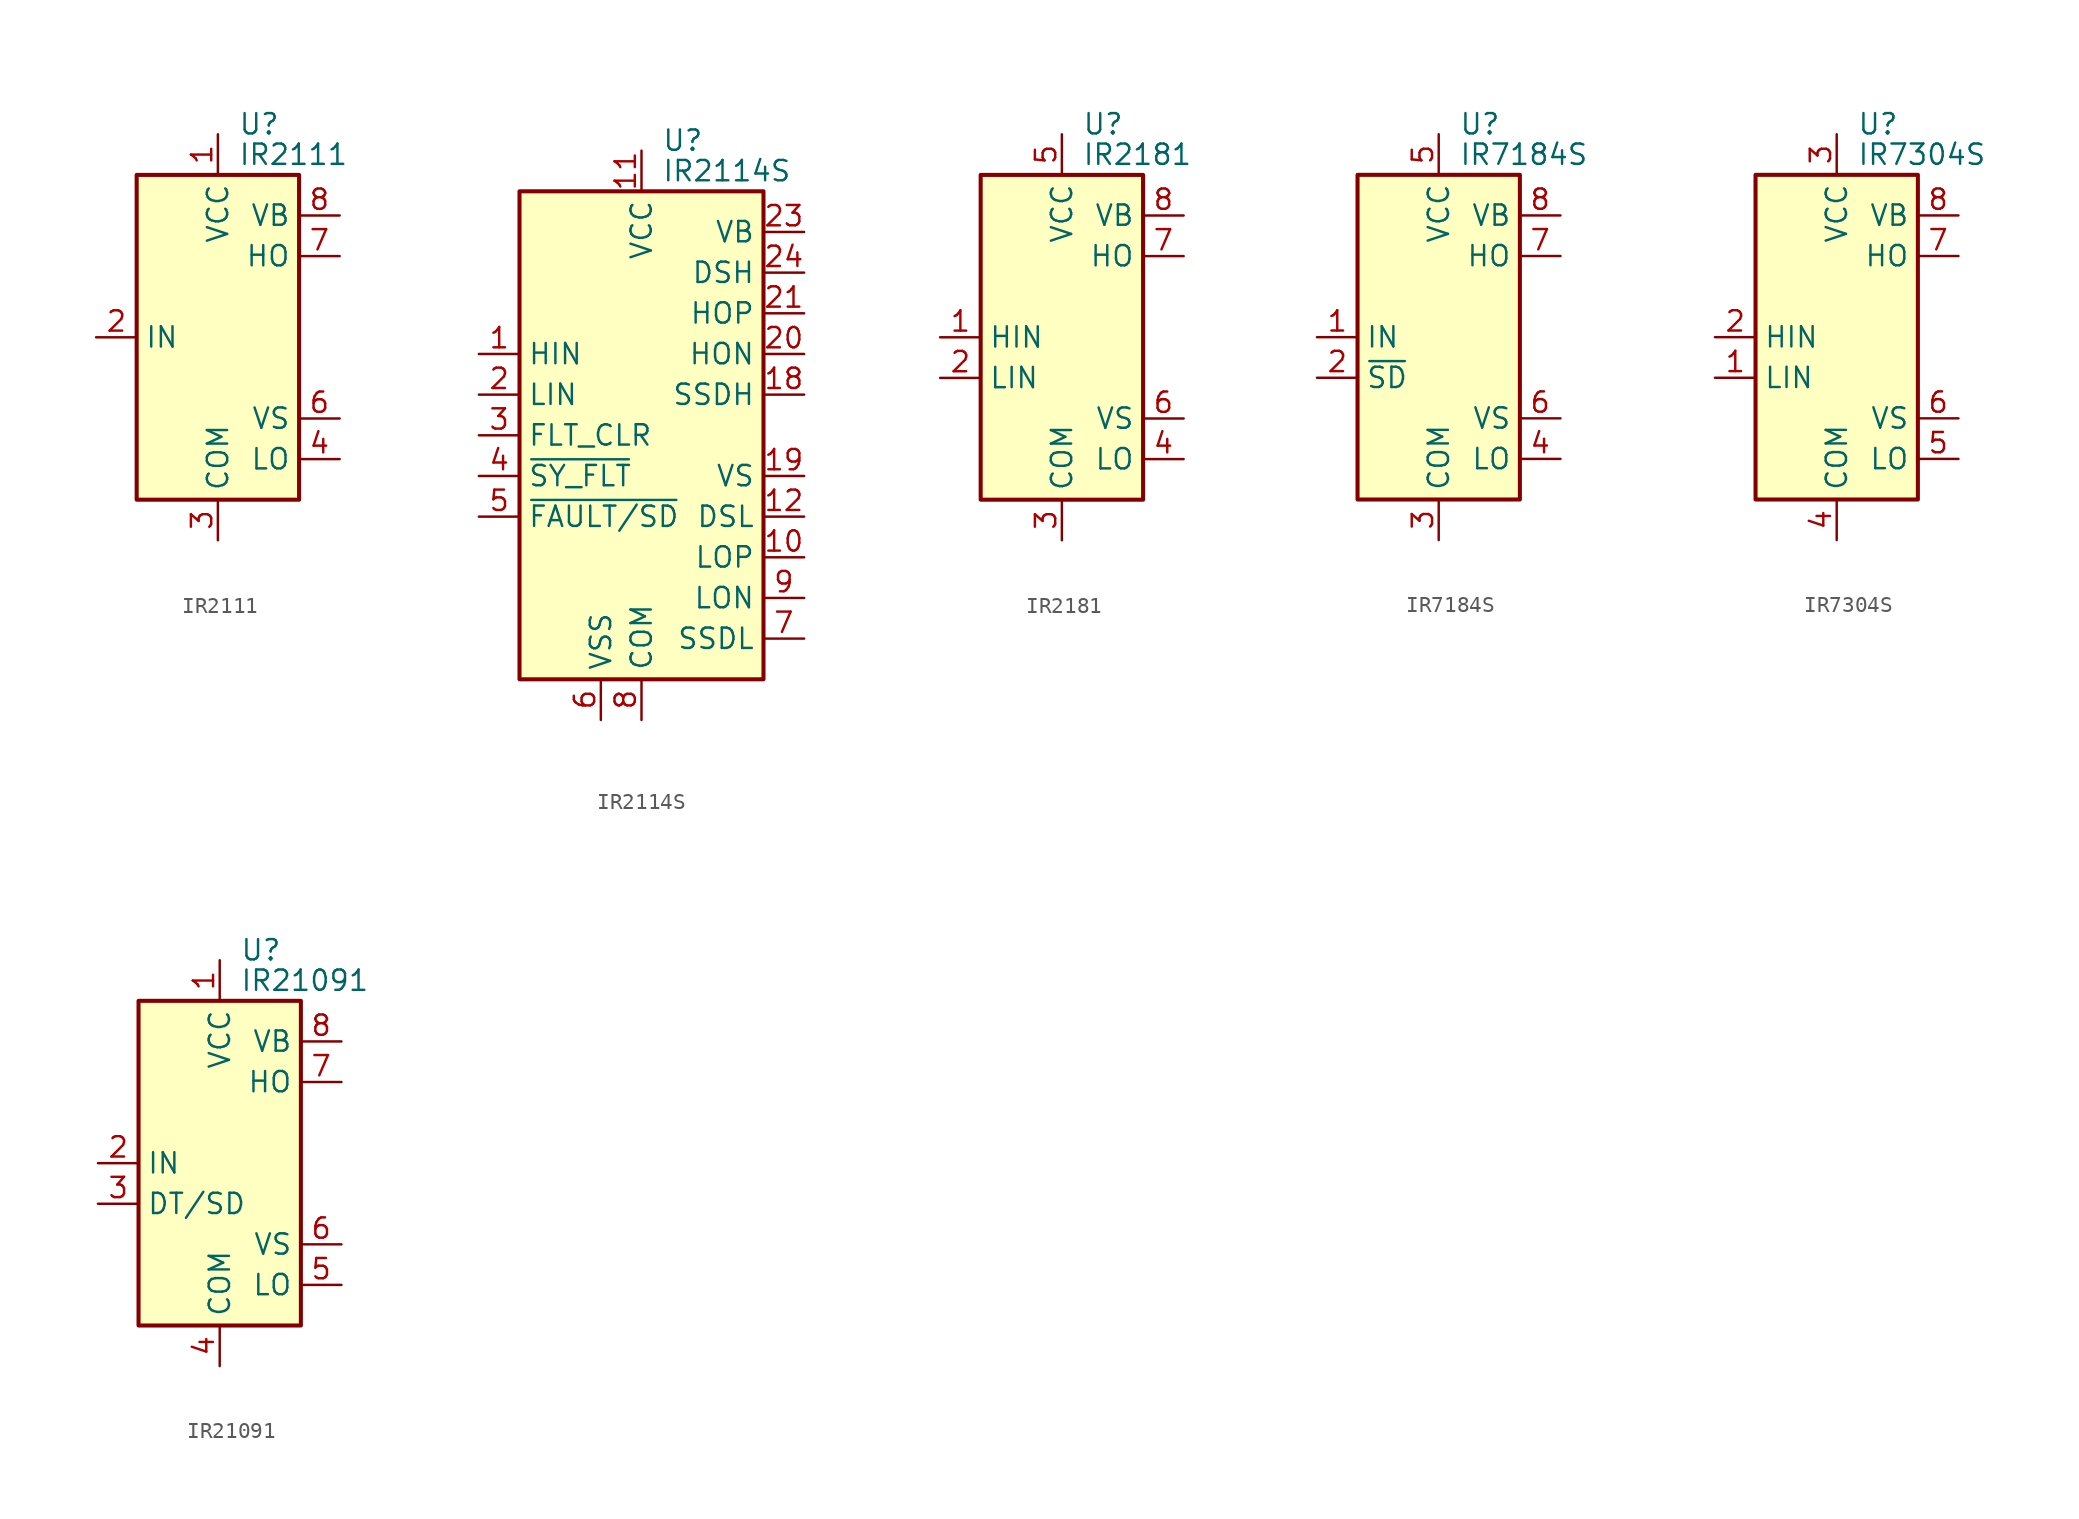
<source format=kicad_sym>
(kicad_symbol_lib
  (version 20220914)
  (generator kicad_symbol_editor)
  (symbol "IR2111"
    (property "Reference" "U"
      (at 1.27 13.335 0)
      (effects (font (size 1.27 1.27)) (justify left)))
    (property "Value" "IR2111"
      (at 1.27 11.43 0)
      (effects (font (size 1.27 1.27)) (justify left)))
    (symbol "IR2111_0_1"
      (rectangle (start -5.08 -10.16) (end 5.08 10.16) (stroke (width 0.254) (type default)) (fill (type background))))
    (symbol "IR2111_1_1"
      (pin power_in line (at 0 12.7 270) (length 2.54) (name "VCC" (effects (font (size 1.27 1.27)))) (number "1" (effects (font (size 1.27 1.27)))))
      (pin input line (at -7.62 0 0) (length 2.54) (name "IN" (effects (font (size 1.27 1.27)))) (number "2" (effects (font (size 1.27 1.27)))))
      (pin power_in line (at 0 -12.7 90) (length 2.54) (name "COM" (effects (font (size 1.27 1.27)))) (number "3" (effects (font (size 1.27 1.27)))))
      (pin output line (at 7.62 -7.62 180) (length 2.54) (name "LO" (effects (font (size 1.27 1.27)))) (number "4" (effects (font (size 1.27 1.27)))))
      (pin no_connect line (at -5.08 7.62 0) (length 2.54) hide (name "NC" (effects (font (size 1.27 1.27)))) (number "5" (effects (font (size 1.27 1.27)))))
      (pin passive line (at 7.62 -5.08 180) (length 2.54) (name "VS" (effects (font (size 1.27 1.27)))) (number "6" (effects (font (size 1.27 1.27)))))
      (pin output line (at 7.62 5.08 180) (length 2.54) (name "HO" (effects (font (size 1.27 1.27)))) (number "7" (effects (font (size 1.27 1.27)))))
      (pin passive line (at 7.62 7.62 180) (length 2.54) (name "VB" (effects (font (size 1.27 1.27)))) (number "8" (effects (font (size 1.27 1.27)))))))
  (symbol "IR2114S"
    (property "Reference" "U"
      (at 1.27 18.415 0)
      (effects (font (size 1.27 1.27)) (justify left)))
    (property "Value" "IR2114S"
      (at 1.27 16.51 0)
      (effects (font (size 1.27 1.27)) (justify left)))
    (symbol "IR2114S_0_1"
      (rectangle (start -7.62 -15.24) (end 7.62 15.24) (stroke (width 0.254) (type default)) (fill (type background))))
    (symbol "IR2114S_1_1"
      (pin input line (at -10.16 5.08 0) (length 2.54) (name "HIN" (effects (font (size 1.27 1.27)))) (number "1" (effects (font (size 1.27 1.27)))))
      (pin output line (at 10.16 -7.62 180) (length 2.54) (name "LOP" (effects (font (size 1.27 1.27)))) (number "10" (effects (font (size 1.27 1.27)))))
      (pin power_in line (at 0 17.78 270) (length 2.54) (name "VCC" (effects (font (size 1.27 1.27)))) (number "11" (effects (font (size 1.27 1.27)))))
      (pin input line (at 10.16 -5.08 180) (length 2.54) (name "DSL" (effects (font (size 1.27 1.27)))) (number "12" (effects (font (size 1.27 1.27)))))
      (pin no_connect line (at -7.62 12.7 0) (length 2.54) hide (name "NC" (effects (font (size 1.27 1.27)))) (number "13" (effects (font (size 1.27 1.27)))))
      (pin no_connect line (at -7.62 10.16 0) (length 2.54) hide (name "NC" (effects (font (size 1.27 1.27)))) (number "14" (effects (font (size 1.27 1.27)))))
      (pin no_connect line (at -7.62 7.62 0) (length 2.54) hide (name "NC" (effects (font (size 1.27 1.27)))) (number "15" (effects (font (size 1.27 1.27)))))
      (pin no_connect line (at -7.62 -7.62 0) (length 2.54) hide (name "NC" (effects (font (size 1.27 1.27)))) (number "16" (effects (font (size 1.27 1.27)))))
      (pin no_connect line (at -7.62 -10.16 0) (length 2.54) hide (name "NC" (effects (font (size 1.27 1.27)))) (number "17" (effects (font (size 1.27 1.27)))))
      (pin input line (at 10.16 2.54 180) (length 2.54) (name "SSDH" (effects (font (size 1.27 1.27)))) (number "18" (effects (font (size 1.27 1.27)))))
      (pin passive line (at 10.16 -2.54 180) (length 2.54) (name "VS" (effects (font (size 1.27 1.27)))) (number "19" (effects (font (size 1.27 1.27)))))
      (pin input line (at -10.16 2.54 0) (length 2.54) (name "LIN" (effects (font (size 1.27 1.27)))) (number "2" (effects (font (size 1.27 1.27)))))
      (pin output line (at 10.16 5.08 180) (length 2.54) (name "HON" (effects (font (size 1.27 1.27)))) (number "20" (effects (font (size 1.27 1.27)))))
      (pin output line (at 10.16 7.62 180) (length 2.54) (name "HOP" (effects (font (size 1.27 1.27)))) (number "21" (effects (font (size 1.27 1.27)))))
      (pin no_connect line (at -7.62 -12.7 0) (length 2.54) hide (name "NC" (effects (font (size 1.27 1.27)))) (number "22" (effects (font (size 1.27 1.27)))))
      (pin passive line (at 10.16 12.7 180) (length 2.54) (name "VB" (effects (font (size 1.27 1.27)))) (number "23" (effects (font (size 1.27 1.27)))))
      (pin input line (at 10.16 10.16 180) (length 2.54) (name "DSH" (effects (font (size 1.27 1.27)))) (number "24" (effects (font (size 1.27 1.27)))))
      (pin input line (at -10.16 0 0) (length 2.54) (name "FLT_CLR" (effects (font (size 1.27 1.27)))) (number "3" (effects (font (size 1.27 1.27)))))
      (pin bidirectional line (at -10.16 -2.54 0) (length 2.54) (name "~{SY_FLT}" (effects (font (size 1.27 1.27)))) (number "4" (effects (font (size 1.27 1.27)))))
      (pin bidirectional line (at -10.16 -5.08 0) (length 2.54) (name "~{FAULT/SD}" (effects (font (size 1.27 1.27)))) (number "5" (effects (font (size 1.27 1.27)))))
      (pin power_in line (at -2.54 -17.78 90) (length 2.54) (name "VSS" (effects (font (size 1.27 1.27)))) (number "6" (effects (font (size 1.27 1.27)))))
      (pin input line (at 10.16 -12.7 180) (length 2.54) (name "SSDL" (effects (font (size 1.27 1.27)))) (number "7" (effects (font (size 1.27 1.27)))))
      (pin power_in line (at 0 -17.78 90) (length 2.54) (name "COM" (effects (font (size 1.27 1.27)))) (number "8" (effects (font (size 1.27 1.27)))))
      (pin output line (at 10.16 -10.16 180) (length 2.54) (name "LON" (effects (font (size 1.27 1.27)))) (number "9" (effects (font (size 1.27 1.27)))))))
  (symbol "IR2181"
    (property "Reference" "U"
      (at 1.27 13.335 0)
      (effects (font (size 1.27 1.27)) (justify left)))
    (property "Value" "IR2181"
      (at 1.27 11.43 0)
      (effects (font (size 1.27 1.27)) (justify left)))
    (symbol "IR2181_0_1"
      (rectangle (start -5.08 -10.16) (end 5.08 10.16) (stroke (width 0.254) (type default)) (fill (type background))))
    (symbol "IR2181_1_1"
      (pin input line (at -7.62 0 0) (length 2.54) (name "HIN" (effects (font (size 1.27 1.27)))) (number "1" (effects (font (size 1.27 1.27)))))
      (pin input line (at -7.62 -2.54 0) (length 2.54) (name "LIN" (effects (font (size 1.27 1.27)))) (number "2" (effects (font (size 1.27 1.27)))))
      (pin power_in line (at 0 -12.7 90) (length 2.54) (name "COM" (effects (font (size 1.27 1.27)))) (number "3" (effects (font (size 1.27 1.27)))))
      (pin output line (at 7.62 -7.62 180) (length 2.54) (name "LO" (effects (font (size 1.27 1.27)))) (number "4" (effects (font (size 1.27 1.27)))))
      (pin power_in line (at 0 12.7 270) (length 2.54) (name "VCC" (effects (font (size 1.27 1.27)))) (number "5" (effects (font (size 1.27 1.27)))))
      (pin passive line (at 7.62 -5.08 180) (length 2.54) (name "VS" (effects (font (size 1.27 1.27)))) (number "6" (effects (font (size 1.27 1.27)))))
      (pin output line (at 7.62 5.08 180) (length 2.54) (name "HO" (effects (font (size 1.27 1.27)))) (number "7" (effects (font (size 1.27 1.27)))))
      (pin passive line (at 7.62 7.62 180) (length 2.54) (name "VB" (effects (font (size 1.27 1.27)))) (number "8" (effects (font (size 1.27 1.27)))))))
  (symbol "IR7184S"
    (property "Reference" "U"
      (at 1.27 13.335 0)
      (effects (font (size 1.27 1.27)) (justify left)))
    (property "Value" "IR7184S"
      (at 1.27 11.43 0)
      (effects (font (size 1.27 1.27)) (justify left)))
    (symbol "IR7184S_0_1"
      (rectangle (start -5.08 -10.16) (end 5.08 10.16) (stroke (width 0.254) (type default)) (fill (type background))))
    (symbol "IR7184S_1_1"
      (pin input line (at -7.62 0 0) (length 2.54) (name "IN" (effects (font (size 1.27 1.27)))) (number "1" (effects (font (size 1.27 1.27)))))
      (pin input line (at -7.62 -2.54 0) (length 2.54) (name "~{SD}" (effects (font (size 1.27 1.27)))) (number "2" (effects (font (size 1.27 1.27)))))
      (pin power_in line (at 0 -12.7 90) (length 2.54) (name "COM" (effects (font (size 1.27 1.27)))) (number "3" (effects (font (size 1.27 1.27)))))
      (pin output line (at 7.62 -7.62 180) (length 2.54) (name "LO" (effects (font (size 1.27 1.27)))) (number "4" (effects (font (size 1.27 1.27)))))
      (pin power_in line (at 0 12.7 270) (length 2.54) (name "VCC" (effects (font (size 1.27 1.27)))) (number "5" (effects (font (size 1.27 1.27)))))
      (pin passive line (at 7.62 -5.08 180) (length 2.54) (name "VS" (effects (font (size 1.27 1.27)))) (number "6" (effects (font (size 1.27 1.27)))))
      (pin output line (at 7.62 5.08 180) (length 2.54) (name "HO" (effects (font (size 1.27 1.27)))) (number "7" (effects (font (size 1.27 1.27)))))
      (pin passive line (at 7.62 7.62 180) (length 2.54) (name "VB" (effects (font (size 1.27 1.27)))) (number "8" (effects (font (size 1.27 1.27)))))))
  (symbol "IR7304S"
    (property "Reference" "U"
      (at 1.27 13.335 0)
      (effects (font (size 1.27 1.27)) (justify left)))
    (property "Value" "IR7304S"
      (at 1.27 11.43 0)
      (effects (font (size 1.27 1.27)) (justify left)))
    (symbol "IR7304S_0_1"
      (rectangle (start -5.08 -10.16) (end 5.08 10.16) (stroke (width 0.254) (type default)) (fill (type background))))
    (symbol "IR7304S_1_1"
      (pin input line (at -7.62 -2.54 0) (length 2.54) (name "LIN" (effects (font (size 1.27 1.27)))) (number "1" (effects (font (size 1.27 1.27)))))
      (pin input line (at -7.62 0 0) (length 2.54) (name "HIN" (effects (font (size 1.27 1.27)))) (number "2" (effects (font (size 1.27 1.27)))))
      (pin power_in line (at 0 12.7 270) (length 2.54) (name "VCC" (effects (font (size 1.27 1.27)))) (number "3" (effects (font (size 1.27 1.27)))))
      (pin power_in line (at 0 -12.7 90) (length 2.54) (name "COM" (effects (font (size 1.27 1.27)))) (number "4" (effects (font (size 1.27 1.27)))))
      (pin output line (at 7.62 -7.62 180) (length 2.54) (name "LO" (effects (font (size 1.27 1.27)))) (number "5" (effects (font (size 1.27 1.27)))))
      (pin passive line (at 7.62 -5.08 180) (length 2.54) (name "VS" (effects (font (size 1.27 1.27)))) (number "6" (effects (font (size 1.27 1.27)))))
      (pin output line (at 7.62 5.08 180) (length 2.54) (name "HO" (effects (font (size 1.27 1.27)))) (number "7" (effects (font (size 1.27 1.27)))))
      (pin passive line (at 7.62 7.62 180) (length 2.54) (name "VB" (effects (font (size 1.27 1.27)))) (number "8" (effects (font (size 1.27 1.27)))))))
  (symbol "IR21091"
    (property "Reference" "U"
      (at 1.27 13.335 0)
      (effects (font (size 1.27 1.27)) (justify left)))
    (property "Value" "IR21091"
      (at 1.27 11.43 0)
      (effects (font (size 1.27 1.27)) (justify left)))
    (symbol "IR21091_0_1"
      (rectangle (start -5.08 -10.16) (end 5.08 10.16) (stroke (width 0.254) (type default)) (fill (type background))))
    (symbol "IR21091_1_1"
      (pin power_in line (at 0 12.7 270) (length 2.54) (name "VCC" (effects (font (size 1.27 1.27)))) (number "1" (effects (font (size 1.27 1.27)))))
      (pin input line (at -7.62 0 0) (length 2.54) (name "IN" (effects (font (size 1.27 1.27)))) (number "2" (effects (font (size 1.27 1.27)))))
      (pin input line (at -7.62 -2.54 0) (length 2.54) (name "DT/SD" (effects (font (size 1.27 1.27)))) (number "3" (effects (font (size 1.27 1.27)))))
      (pin power_in line (at 0 -12.7 90) (length 2.54) (name "COM" (effects (font (size 1.27 1.27)))) (number "4" (effects (font (size 1.27 1.27)))))
      (pin output line (at 7.62 -7.62 180) (length 2.54) (name "LO" (effects (font (size 1.27 1.27)))) (number "5" (effects (font (size 1.27 1.27)))))
      (pin passive line (at 7.62 -5.08 180) (length 2.54) (name "VS" (effects (font (size 1.27 1.27)))) (number "6" (effects (font (size 1.27 1.27)))))
      (pin output line (at 7.62 5.08 180) (length 2.54) (name "HO" (effects (font (size 1.27 1.27)))) (number "7" (effects (font (size 1.27 1.27)))))
      (pin passive line (at 7.62 7.62 180) (length 2.54) (name "VB" (effects (font (size 1.27 1.27)))) (number "8" (effects (font (size 1.27 1.27))))))))
</source>
